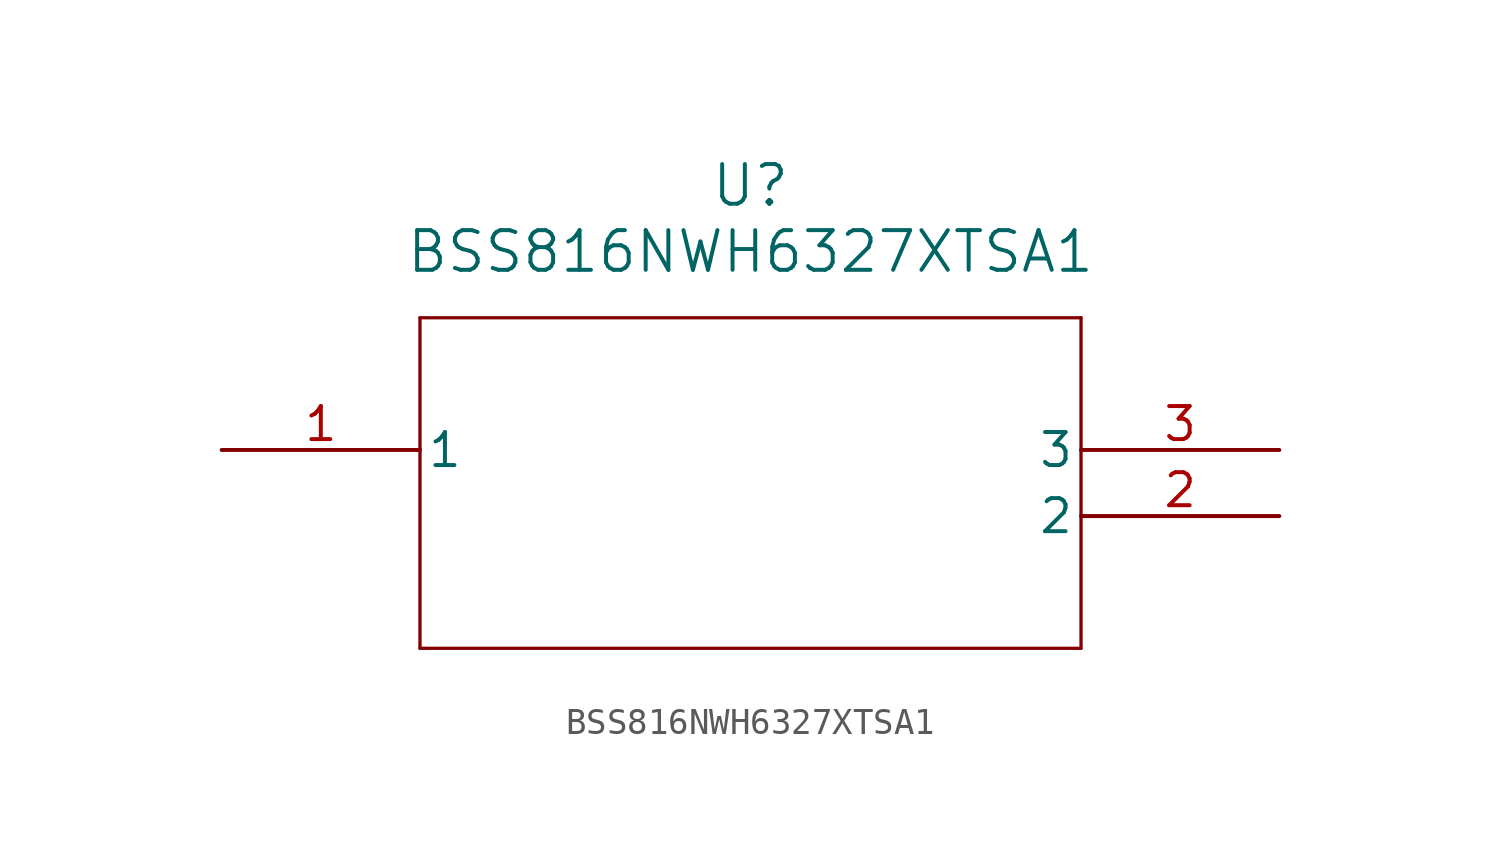
<source format=kicad_sym>
(kicad_symbol_lib
  (version 20211014)
  (generator kicad_symbol_editor)
  (symbol "BSS816NWH6327XTSA1"
    (pin_names
      (offset 0.254))
    (property "Reference" "U"
      (at 20.32 10.16 0)
      (effects (font (size 1.524 1.524))))
    (property "Value" "BSS816NWH6327XTSA1"
      (at 20.32 7.62 0)
      (effects (font (size 1.524 1.524))))
    (symbol "BSS816NWH6327XTSA1_0_1"
      (polyline (pts (xy 7.62 5.08) (xy 7.62 -7.62)) (stroke (width 0.127) (type default) (color 0 0 0 0)) (fill (type none)))
      (polyline (pts (xy 7.62 -7.62) (xy 33.02 -7.62)) (stroke (width 0.127) (type default) (color 0 0 0 0)) (fill (type none)))
      (polyline (pts (xy 33.02 -7.62) (xy 33.02 5.08)) (stroke (width 0.127) (type default) (color 0 0 0 0)) (fill (type none)))
      (polyline (pts (xy 33.02 5.08) (xy 7.62 5.08)) (stroke (width 0.127) (type default) (color 0 0 0 0)) (fill (type none)))
      (pin unspecified line (at 0 0 0) (length 7.62) (name "1" (effects (font (size 1.27 1.27)))) (number "1" (effects (font (size 1.27 1.27)))))
      (pin unspecified line (at 40.64 -2.54 180) (length 7.62) (name "2" (effects (font (size 1.27 1.27)))) (number "2" (effects (font (size 1.27 1.27)))))
      (pin unspecified line (at 40.64 0 180) (length 7.62) (name "3" (effects (font (size 1.27 1.27)))) (number "3" (effects (font (size 1.27 1.27))))))))
</source>
